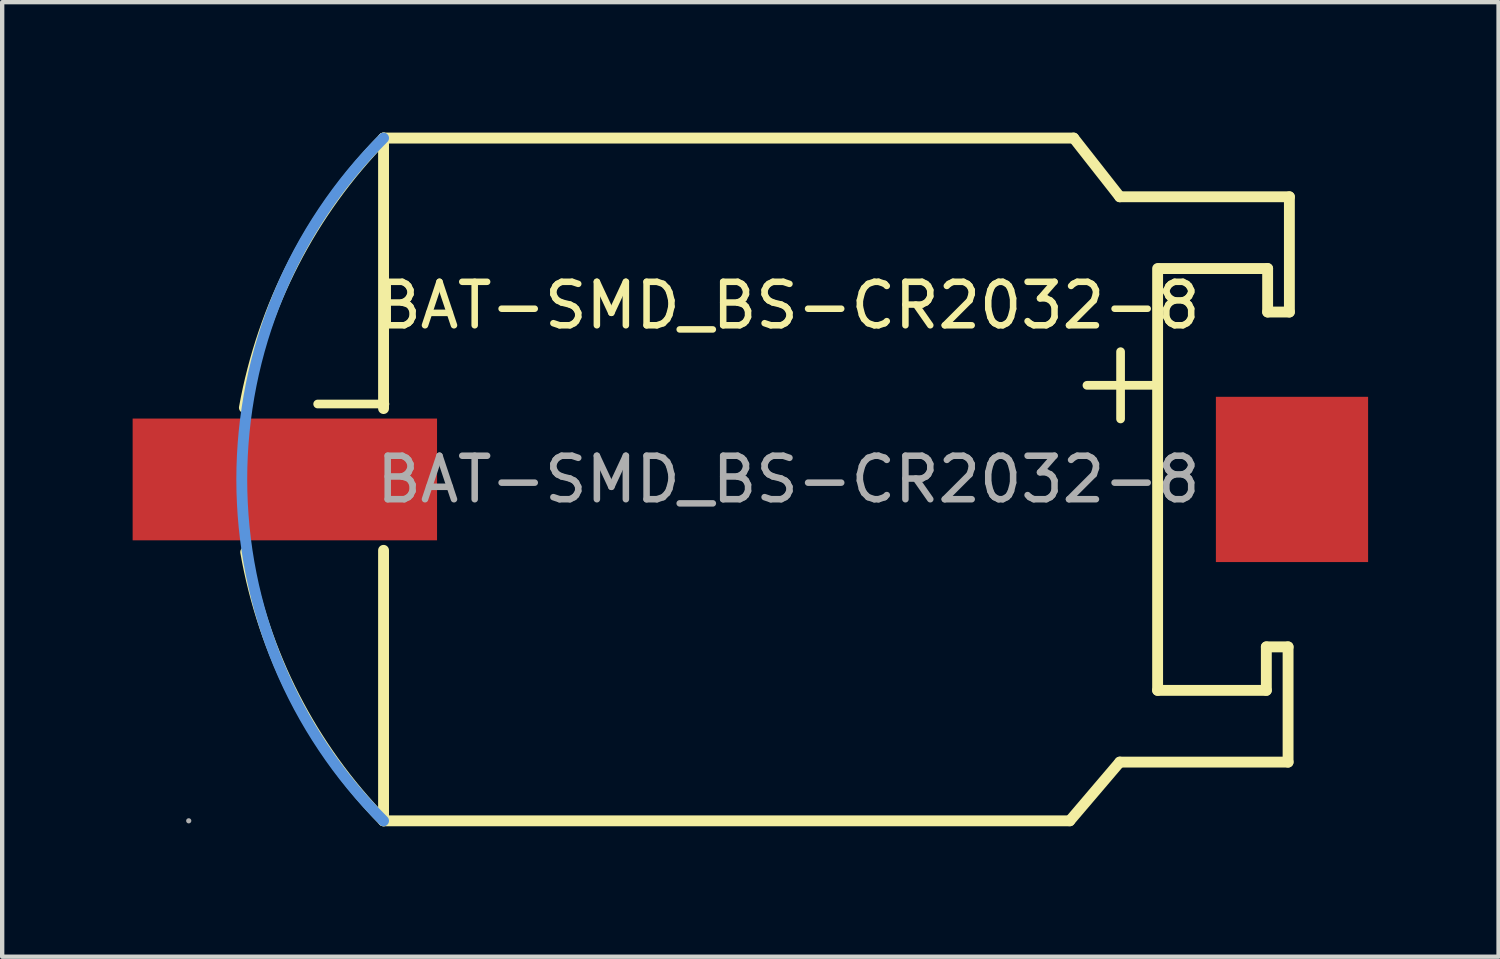
<source format=kicad_pcb>
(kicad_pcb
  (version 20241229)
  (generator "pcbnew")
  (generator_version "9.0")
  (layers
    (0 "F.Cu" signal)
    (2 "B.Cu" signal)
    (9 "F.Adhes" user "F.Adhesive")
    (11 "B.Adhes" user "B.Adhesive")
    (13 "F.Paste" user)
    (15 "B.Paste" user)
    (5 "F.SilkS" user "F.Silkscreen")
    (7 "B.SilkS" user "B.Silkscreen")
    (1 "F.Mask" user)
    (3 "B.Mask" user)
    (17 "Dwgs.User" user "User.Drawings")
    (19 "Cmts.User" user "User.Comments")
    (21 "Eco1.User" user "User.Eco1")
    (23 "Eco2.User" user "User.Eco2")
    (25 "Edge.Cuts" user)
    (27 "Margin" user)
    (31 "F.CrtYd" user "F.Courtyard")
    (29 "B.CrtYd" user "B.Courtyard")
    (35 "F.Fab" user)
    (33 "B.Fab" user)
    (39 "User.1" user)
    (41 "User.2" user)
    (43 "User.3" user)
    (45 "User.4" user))
  (footprint "BAT-SMD_BS-CR2032-8"
    (layer "F.Cu")
    (at 15.08 7.975)
    (property "Reference" "BAT-SMD_BS-CR2032-8" (at 0 -4 0) (layer "F.SilkS") (effects (font (size 1 1) (thickness 0.15))))
    (attr smd)
    (fp_line (start -9.31 -7.85) (end 6.56 -7.85) (stroke (width 0.25) (type solid)) (layer "F.SilkS"))
    (fp_line (start -9.31 -1.63) (end -9.31 -7.85) (stroke (width 0.25) (type solid)) (layer "F.SilkS"))
    (fp_line (start -9.31 7.85) (end -9.31 1.63) (stroke (width 0.25) (type solid)) (layer "F.SilkS"))
    (fp_line (start 6.47 7.85) (end -9.31 7.85) (stroke (width 0.25) (type solid)) (layer "F.SilkS"))
    (fp_line (start 6.47 7.85) (end 7.62 6.5) (stroke (width 0.25) (type solid)) (layer "F.SilkS"))
    (fp_line (start 6.56 -7.85) (end 7.62 -6.5) (stroke (width 0.25) (type solid)) (layer "F.SilkS"))
    (fp_line (start 7.62 -6.5) (end 11.52 -6.5) (stroke (width 0.25) (type solid)) (layer "F.SilkS"))
    (fp_line (start 7.62 6.5) (end 11.49 6.5) (stroke (width 0.25) (type solid)) (layer "F.SilkS"))
    (fp_line (start 8.49 4.85) (end 8.49 -4.85) (stroke (width 0.25) (type solid)) (layer "F.SilkS"))
    (fp_line (start 10.99 3.85) (end 10.99 4.85) (stroke (width 0.25) (type solid)) (layer "F.SilkS"))
    (fp_line (start 10.99 4.85) (end 8.49 4.85) (stroke (width 0.25) (type solid)) (layer "F.SilkS"))
    (fp_line (start 11.02 -4.85) (end 8.52 -4.85) (stroke (width 0.25) (type solid)) (layer "F.SilkS"))
    (fp_line (start 11.02 -3.85) (end 11.02 -4.85) (stroke (width 0.25) (type solid)) (layer "F.SilkS"))
    (fp_line (start 11.49 3.85) (end 10.99 3.85) (stroke (width 0.25) (type solid)) (layer "F.SilkS"))
    (fp_line (start 11.49 6.5) (end 11.49 3.85) (stroke (width 0.25) (type solid)) (layer "F.SilkS"))
    (fp_line (start 11.52 -6.5) (end 11.52 -3.85) (stroke (width 0.25) (type solid)) (layer "F.SilkS"))
    (fp_line (start 11.52 -3.85) (end 11.02 -3.85) (stroke (width 0.25) (type solid)) (layer "F.SilkS"))
    (fp_arc (start -12.51 -1.65) (mid -11.374216 -4.989345) (end -9.309484 -7.849085) (stroke (width 0.25) (type solid)) (layer "F.SilkS"))
    (fp_arc (start -9.312017 7.849448) (mid -11.362182 4.998715) (end -12.48 1.67) (stroke (width 0.25) (type solid)) (layer "F.SilkS"))
    (fp_arc (start -9.31 7.85) (mid -12.570384 -0.000059) (end -9.309916 -7.850084) (stroke (width 0.25) (type solid)) (layer "Cmts.User"))
    (fp_circle (center -13.79 7.85) (end -13.76 7.85) (stroke (width 0.06) (type solid)) (fill no) (layer "F.Fab"))
    (fp_text user "+" (at 6.25 -2.32 0) (layer "F.SilkS") (effects (font (size 2.03 2.03) (thickness 0.2)) (justify left)))
    (fp_text user "-" (at -11.44 -1.89 0) (layer "F.SilkS") (effects (font (size 2.03 2.03) (thickness 0.2)) (justify left)))
    (fp_text user "${REFERENCE}" (at 0 0 0) (layer "F.Fab") (effects (font (size 1 1) (thickness 0.15))))
    (pad "1" smd rect (at -11.58 0) (size 7 2.8) (layers "F.Cu" "F.Mask" "F.Paste"))
    (pad "2" smd rect (at 11.58 0) (size 3.5 3.8) (layers "F.Cu" "F.Mask" "F.Paste")))
  (gr_rect
    (start -3 -3)
    (end 31.41 18.95)
    (stroke (width 0.1) (type default))
    (fill no)
    (layer "Edge.Cuts")))
</source>
